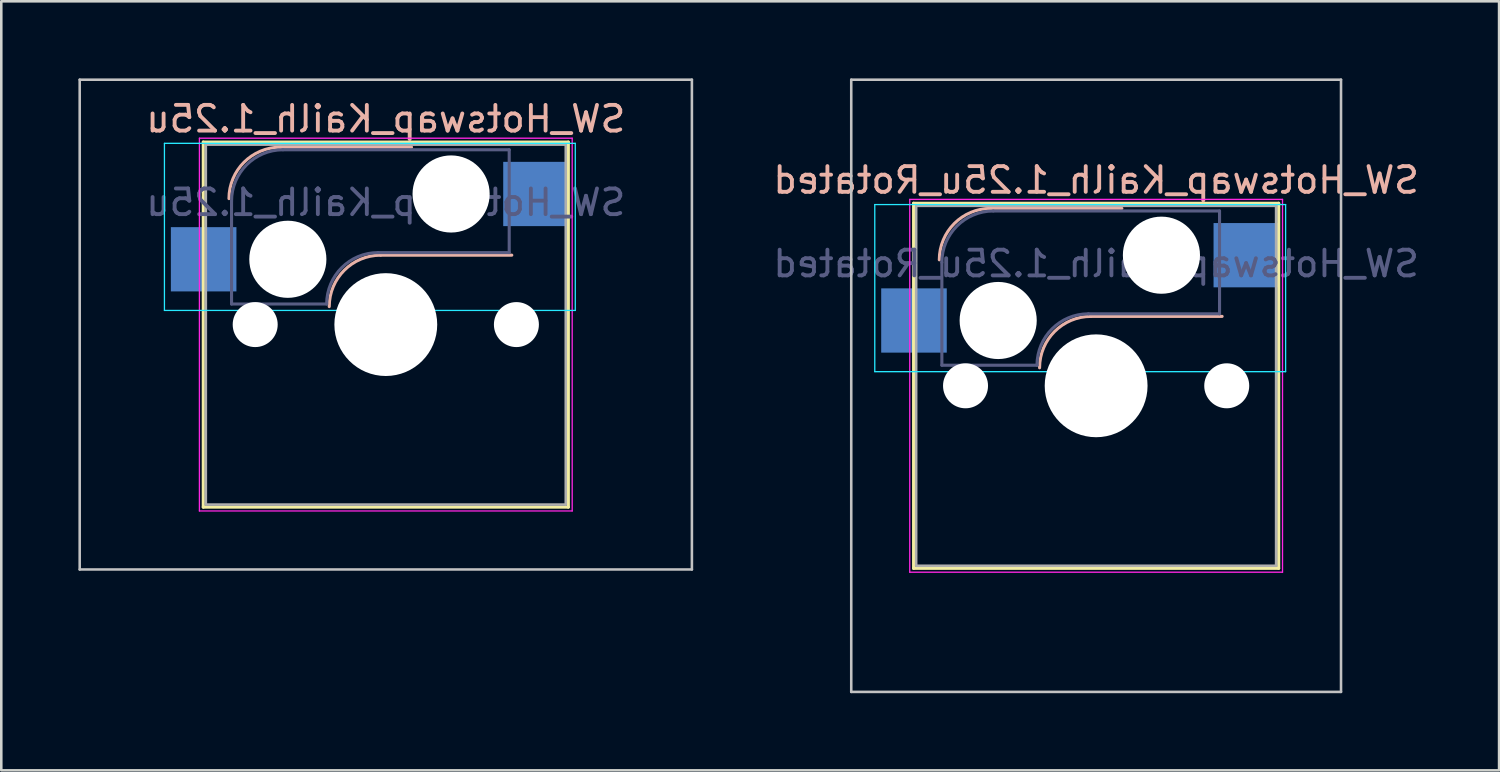
<source format=kicad_pcb>
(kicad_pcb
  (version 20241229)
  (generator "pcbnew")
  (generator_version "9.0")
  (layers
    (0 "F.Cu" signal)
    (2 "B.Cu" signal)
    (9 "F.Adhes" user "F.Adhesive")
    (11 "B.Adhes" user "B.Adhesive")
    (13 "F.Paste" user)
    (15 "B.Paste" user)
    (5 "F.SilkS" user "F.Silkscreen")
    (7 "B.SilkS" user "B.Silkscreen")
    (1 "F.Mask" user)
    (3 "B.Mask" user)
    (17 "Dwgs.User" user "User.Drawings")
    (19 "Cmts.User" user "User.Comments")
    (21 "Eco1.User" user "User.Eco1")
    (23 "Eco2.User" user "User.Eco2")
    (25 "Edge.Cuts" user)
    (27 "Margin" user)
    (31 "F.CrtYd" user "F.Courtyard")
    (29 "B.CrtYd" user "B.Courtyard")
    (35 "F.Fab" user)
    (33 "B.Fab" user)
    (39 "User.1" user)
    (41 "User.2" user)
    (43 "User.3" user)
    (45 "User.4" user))
  (footprint "SW_Hotswap_Kailh_1.25u"
    (layer "F.Cu")
    (at 11.956 9.575)
    (property "Reference" "SW_Hotswap_Kailh_1.25u" (at 0 -8 0) (layer "B.SilkS") (effects (font (size 1 1) (thickness 0.15)) (justify mirror)))
    (attr smd)
    (fp_line (start -7.1 -7.1) (end -7.1 7.1) (stroke (width 0.12) (type solid)) (layer "F.SilkS"))
    (fp_line (start -7.1 7.1) (end 7.1 7.1) (stroke (width 0.12) (type solid)) (layer "F.SilkS"))
    (fp_line (start 7.1 -7.1) (end -7.1 -7.1) (stroke (width 0.12) (type solid)) (layer "F.SilkS"))
    (fp_line (start 7.1 7.1) (end 7.1 -7.1) (stroke (width 0.12) (type solid)) (layer "F.SilkS"))
    (fp_line (start -4.1 -6.9) (end 1 -6.9) (stroke (width 0.12) (type solid)) (layer "B.SilkS"))
    (fp_line (start -0.2 -2.7) (end 4.9 -2.7) (stroke (width 0.12) (type solid)) (layer "B.SilkS"))
    (fp_arc (start -6.1 -4.9) (mid -5.514214 -6.314214) (end -4.1 -6.9) (stroke (width 0.12) (type solid)) (layer "B.SilkS"))
    (fp_arc (start -2.2 -0.7) (mid -1.614214 -2.114214) (end -0.2 -2.7) (stroke (width 0.12) (type solid)) (layer "B.SilkS"))
    (fp_line (start -11.906 -9.525) (end -11.906 9.525) (stroke (width 0.1) (type solid)) (layer "Dwgs.User"))
    (fp_line (start -11.906 9.525) (end 11.906 9.525) (stroke (width 0.1) (type solid)) (layer "Dwgs.User"))
    (fp_line (start 11.906 -9.525) (end -11.906 -9.525) (stroke (width 0.1) (type solid)) (layer "Dwgs.User"))
    (fp_line (start 11.906 9.525) (end 11.906 -9.525) (stroke (width 0.1) (type solid)) (layer "Dwgs.User"))
    (fp_line (start -8.61 -7.05) (end -8.61 -0.55) (stroke (width 0.05) (type solid)) (layer "B.CrtYd"))
    (fp_line (start -8.61 -0.55) (end 7.37 -0.55) (stroke (width 0.05) (type solid)) (layer "B.CrtYd"))
    (fp_line (start 7.37 -7.05) (end -8.61 -7.05) (stroke (width 0.05) (type solid)) (layer "B.CrtYd"))
    (fp_line (start 7.37 -0.55) (end 7.37 -7.05) (stroke (width 0.05) (type solid)) (layer "B.CrtYd"))
    (fp_line (start -7.25 -7.25) (end -7.25 7.25) (stroke (width 0.05) (type solid)) (layer "F.CrtYd"))
    (fp_line (start -7.25 7.25) (end 7.25 7.25) (stroke (width 0.05) (type solid)) (layer "F.CrtYd"))
    (fp_line (start 7.25 -7.25) (end -7.25 -7.25) (stroke (width 0.05) (type solid)) (layer "F.CrtYd"))
    (fp_line (start 7.25 7.25) (end 7.25 -7.25) (stroke (width 0.05) (type solid)) (layer "F.CrtYd"))
    (fp_line (start -6 -0.8) (end -6 -4.8) (stroke (width 0.12) (type solid)) (layer "B.Fab"))
    (fp_line (start -6 -0.8) (end -2.3 -0.8) (stroke (width 0.12) (type solid)) (layer "B.Fab"))
    (fp_line (start -4 -6.8) (end 4.8 -6.8) (stroke (width 0.12) (type solid)) (layer "B.Fab"))
    (fp_line (start -0.3 -2.8) (end 4.8 -2.8) (stroke (width 0.12) (type solid)) (layer "B.Fab"))
    (fp_line (start 4.8 -6.8) (end 4.8 -2.8) (stroke (width 0.12) (type solid)) (layer "B.Fab"))
    (fp_arc (start -6 -4.8) (mid -5.414214 -6.214214) (end -4 -6.8) (stroke (width 0.12) (type solid)) (layer "B.Fab"))
    (fp_arc (start -2.3 -0.8) (mid -1.714214 -2.214214) (end -0.3 -2.8) (stroke (width 0.12) (type solid)) (layer "B.Fab"))
    (fp_line (start -7 -7) (end -7 7) (stroke (width 0.1) (type solid)) (layer "F.Fab"))
    (fp_line (start -7 7) (end 7 7) (stroke (width 0.1) (type solid)) (layer "F.Fab"))
    (fp_line (start 7 -7) (end -7 -7) (stroke (width 0.1) (type solid)) (layer "F.Fab"))
    (fp_line (start 7 7) (end 7 -7) (stroke (width 0.1) (type solid)) (layer "F.Fab"))
    (fp_text user "${REFERENCE}" (at 0 -4.75 0) (layer "B.Fab") (effects (font (size 1 1) (thickness 0.15)) (justify mirror)))
    (pad "" np_thru_hole circle (at -5.08 0) (size 1.75 1.75) (drill 1.75) (layers "*.Cu" "*.Mask"))
    (pad "" np_thru_hole circle (at -3.81 -2.54) (size 3 3) (drill 3) (layers "*.Cu" "*.Mask"))
    (pad "" np_thru_hole circle (at 0 0) (size 4 4) (drill 4) (layers "*.Cu" "*.Mask"))
    (pad "" np_thru_hole circle (at 2.54 -5.08) (size 3 3) (drill 3) (layers "*.Cu" "*.Mask"))
    (pad "" np_thru_hole circle (at 5.08 0) (size 1.75 1.75) (drill 1.75) (layers "*.Cu" "*.Mask"))
    (pad "1" smd rect (at -7.085 -2.54) (size 2.55 2.5) (layers "B.Cu" "B.Mask" "B.Paste"))
    (pad "2" smd rect (at 5.842 -5.08) (size 2.55 2.5) (layers "B.Cu" "B.Mask" "B.Paste")))
  (footprint "SW_Hotswap_Kailh_1.25u_Rotated"
    (layer "F.Cu")
    (at 39.585 11.956)
    (property "Reference" "SW_Hotswap_Kailh_1.25u_Rotated" (at 0 -8 0) (layer "B.SilkS") (effects (font (size 1 1) (thickness 0.15)) (justify mirror)))
    (attr smd)
    (fp_line (start -7.1 -7.1) (end -7.1 7.1) (stroke (width 0.12) (type solid)) (layer "F.SilkS"))
    (fp_line (start -7.1 7.1) (end 7.1 7.1) (stroke (width 0.12) (type solid)) (layer "F.SilkS"))
    (fp_line (start 7.1 -7.1) (end -7.1 -7.1) (stroke (width 0.12) (type solid)) (layer "F.SilkS"))
    (fp_line (start 7.1 7.1) (end 7.1 -7.1) (stroke (width 0.12) (type solid)) (layer "F.SilkS"))
    (fp_line (start -4.1 -6.9) (end 1 -6.9) (stroke (width 0.12) (type solid)) (layer "B.SilkS"))
    (fp_line (start -0.2 -2.7) (end 4.9 -2.7) (stroke (width 0.12) (type solid)) (layer "B.SilkS"))
    (fp_arc (start -6.1 -4.9) (mid -5.514214 -6.314214) (end -4.1 -6.9) (stroke (width 0.12) (type solid)) (layer "B.SilkS"))
    (fp_arc (start -2.2 -0.7) (mid -1.614214 -2.114214) (end -0.2 -2.7) (stroke (width 0.12) (type solid)) (layer "B.SilkS"))
    (fp_line (start -9.525 -11.906) (end -9.525 11.906) (stroke (width 0.1) (type solid)) (layer "Dwgs.User"))
    (fp_line (start -9.525 11.906) (end 9.525 11.906) (stroke (width 0.1) (type solid)) (layer "Dwgs.User"))
    (fp_line (start 9.525 -11.906) (end -9.525 -11.906) (stroke (width 0.1) (type solid)) (layer "Dwgs.User"))
    (fp_line (start 9.525 11.906) (end 9.525 -11.906) (stroke (width 0.1) (type solid)) (layer "Dwgs.User"))
    (fp_line (start -8.61 -7.05) (end -8.61 -0.55) (stroke (width 0.05) (type solid)) (layer "B.CrtYd"))
    (fp_line (start -8.61 -0.55) (end 7.37 -0.55) (stroke (width 0.05) (type solid)) (layer "B.CrtYd"))
    (fp_line (start 7.37 -7.05) (end -8.61 -7.05) (stroke (width 0.05) (type solid)) (layer "B.CrtYd"))
    (fp_line (start 7.37 -0.55) (end 7.37 -7.05) (stroke (width 0.05) (type solid)) (layer "B.CrtYd"))
    (fp_line (start -7.25 -7.25) (end -7.25 7.25) (stroke (width 0.05) (type solid)) (layer "F.CrtYd"))
    (fp_line (start -7.25 7.25) (end 7.25 7.25) (stroke (width 0.05) (type solid)) (layer "F.CrtYd"))
    (fp_line (start 7.25 -7.25) (end -7.25 -7.25) (stroke (width 0.05) (type solid)) (layer "F.CrtYd"))
    (fp_line (start 7.25 7.25) (end 7.25 -7.25) (stroke (width 0.05) (type solid)) (layer "F.CrtYd"))
    (fp_line (start -6 -0.8) (end -6 -4.8) (stroke (width 0.12) (type solid)) (layer "B.Fab"))
    (fp_line (start -6 -0.8) (end -2.3 -0.8) (stroke (width 0.12) (type solid)) (layer "B.Fab"))
    (fp_line (start -4 -6.8) (end 4.8 -6.8) (stroke (width 0.12) (type solid)) (layer "B.Fab"))
    (fp_line (start -0.3 -2.8) (end 4.8 -2.8) (stroke (width 0.12) (type solid)) (layer "B.Fab"))
    (fp_line (start 4.8 -6.8) (end 4.8 -2.8) (stroke (width 0.12) (type solid)) (layer "B.Fab"))
    (fp_arc (start -6 -4.8) (mid -5.414214 -6.214214) (end -4 -6.8) (stroke (width 0.12) (type solid)) (layer "B.Fab"))
    (fp_arc (start -2.3 -0.8) (mid -1.714214 -2.214214) (end -0.3 -2.8) (stroke (width 0.12) (type solid)) (layer "B.Fab"))
    (fp_line (start -7 -7) (end -7 7) (stroke (width 0.1) (type solid)) (layer "F.Fab"))
    (fp_line (start -7 7) (end 7 7) (stroke (width 0.1) (type solid)) (layer "F.Fab"))
    (fp_line (start 7 -7) (end -7 -7) (stroke (width 0.1) (type solid)) (layer "F.Fab"))
    (fp_line (start 7 7) (end 7 -7) (stroke (width 0.1) (type solid)) (layer "F.Fab"))
    (fp_text user "${REFERENCE}" (at 0 -4.75 0) (layer "B.Fab") (effects (font (size 1 1) (thickness 0.15)) (justify mirror)))
    (pad "" np_thru_hole circle (at -5.08 0) (size 1.75 1.75) (drill 1.75) (layers "*.Cu" "*.Mask"))
    (pad "" np_thru_hole circle (at -3.81 -2.54) (size 3 3) (drill 3) (layers "*.Cu" "*.Mask"))
    (pad "" np_thru_hole circle (at 0 0) (size 4 4) (drill 4) (layers "*.Cu" "*.Mask"))
    (pad "" np_thru_hole circle (at 2.54 -5.08) (size 3 3) (drill 3) (layers "*.Cu" "*.Mask"))
    (pad "" np_thru_hole circle (at 5.08 0) (size 1.75 1.75) (drill 1.75) (layers "*.Cu" "*.Mask"))
    (pad "1" smd rect (at -7.085 -2.54) (size 2.55 2.5) (layers "B.Cu" "B.Mask" "B.Paste"))
    (pad "2" smd rect (at 5.842 -5.08) (size 2.55 2.5) (layers "B.Cu" "B.Mask" "B.Paste")))
  (gr_rect
    (start -3 -3)
    (end 55.258 26.913)
    (stroke (width 0.1) (type default))
    (fill no)
    (layer "Edge.Cuts")))
</source>
